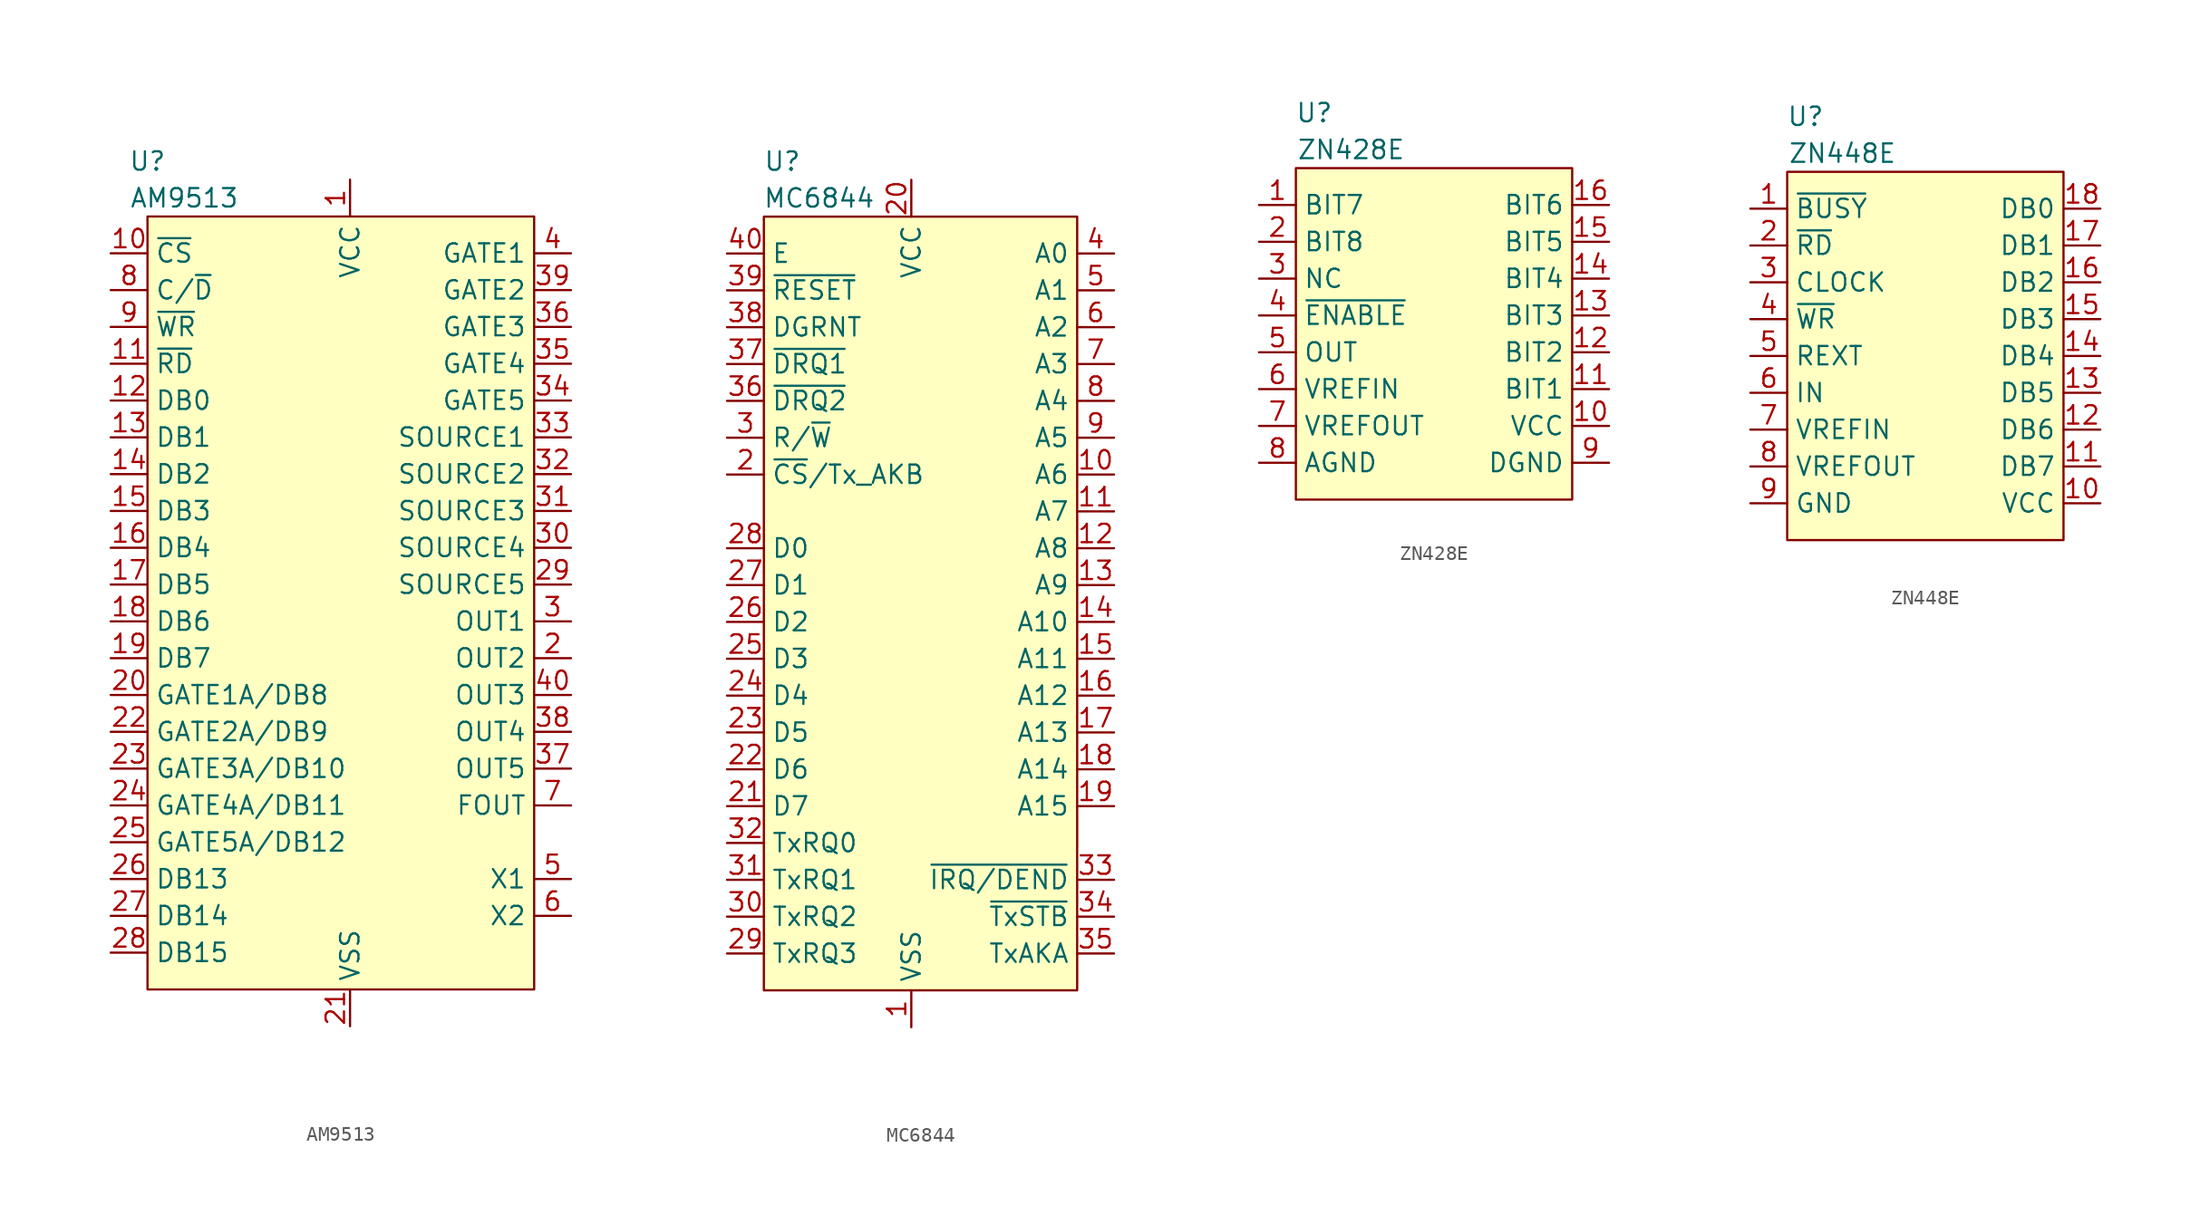
<source format=kicad_sym>
(kicad_symbol_lib
  (version 20220914)
  (generator kicad_symbol_editor)
  (symbol "AM9513"
    (property "Reference" "U"
      (at 0 3.81 0)
      (effects (font (size 1.27 1.27))))
    (property "Value" "AM9513"
      (at 2.54 1.27 0)
      (effects (font (size 1.27 1.27))))
    (symbol "AM9513_1_1"
      (rectangle (start 0 0) (end 26.67 -53.34) (stroke (width 0) (type default)) (fill (type background)))
      (pin power_in line (at 13.97 2.54 270) (length 2.54) (name "VCC" (effects (font (size 1.27 1.27)))) (number "1" (effects (font (size 1.27 1.27)))))
      (pin input line (at -2.54 -2.54 0) (length 2.54) (name "~{CS}" (effects (font (size 1.27 1.27)))) (number "10" (effects (font (size 1.27 1.27)))))
      (pin input line (at -2.54 -10.16 0) (length 2.54) (name "~{RD}" (effects (font (size 1.27 1.27)))) (number "11" (effects (font (size 1.27 1.27)))))
      (pin bidirectional line (at -2.54 -12.7 0) (length 2.54) (name "DB0" (effects (font (size 1.27 1.27)))) (number "12" (effects (font (size 1.27 1.27)))))
      (pin bidirectional line (at -2.54 -15.24 0) (length 2.54) (name "DB1" (effects (font (size 1.27 1.27)))) (number "13" (effects (font (size 1.27 1.27)))))
      (pin bidirectional line (at -2.54 -17.78 0) (length 2.54) (name "DB2" (effects (font (size 1.27 1.27)))) (number "14" (effects (font (size 1.27 1.27)))))
      (pin bidirectional line (at -2.54 -20.32 0) (length 2.54) (name "DB3" (effects (font (size 1.27 1.27)))) (number "15" (effects (font (size 1.27 1.27)))))
      (pin bidirectional line (at -2.54 -22.86 0) (length 2.54) (name "DB4" (effects (font (size 1.27 1.27)))) (number "16" (effects (font (size 1.27 1.27)))))
      (pin bidirectional line (at -2.54 -25.4 0) (length 2.54) (name "DB5" (effects (font (size 1.27 1.27)))) (number "17" (effects (font (size 1.27 1.27)))))
      (pin bidirectional line (at -2.54 -27.94 0) (length 2.54) (name "DB6" (effects (font (size 1.27 1.27)))) (number "18" (effects (font (size 1.27 1.27)))))
      (pin bidirectional line (at -2.54 -30.48 0) (length 2.54) (name "DB7" (effects (font (size 1.27 1.27)))) (number "19" (effects (font (size 1.27 1.27)))))
      (pin output line (at 29.21 -30.48 180) (length 2.54) (name "OUT2" (effects (font (size 1.27 1.27)))) (number "2" (effects (font (size 1.27 1.27)))))
      (pin bidirectional line (at -2.54 -33.02 0) (length 2.54) (name "GATE1A/DB8" (effects (font (size 1.27 1.27)))) (number "20" (effects (font (size 1.27 1.27)))))
      (pin power_in line (at 13.97 -55.88 90) (length 2.54) (name "VSS" (effects (font (size 1.27 1.27)))) (number "21" (effects (font (size 1.27 1.27)))))
      (pin bidirectional line (at -2.54 -35.56 0) (length 2.54) (name "GATE2A/DB9" (effects (font (size 1.27 1.27)))) (number "22" (effects (font (size 1.27 1.27)))))
      (pin bidirectional line (at -2.54 -38.1 0) (length 2.54) (name "GATE3A/DB10" (effects (font (size 1.27 1.27)))) (number "23" (effects (font (size 1.27 1.27)))))
      (pin bidirectional line (at -2.54 -40.64 0) (length 2.54) (name "GATE4A/DB11" (effects (font (size 1.27 1.27)))) (number "24" (effects (font (size 1.27 1.27)))))
      (pin bidirectional line (at -2.54 -43.18 0) (length 2.54) (name "GATE5A/DB12" (effects (font (size 1.27 1.27)))) (number "25" (effects (font (size 1.27 1.27)))))
      (pin bidirectional line (at -2.54 -45.72 0) (length 2.54) (name "DB13" (effects (font (size 1.27 1.27)))) (number "26" (effects (font (size 1.27 1.27)))))
      (pin bidirectional line (at -2.54 -48.26 0) (length 2.54) (name "DB14" (effects (font (size 1.27 1.27)))) (number "27" (effects (font (size 1.27 1.27)))))
      (pin bidirectional line (at -2.54 -50.8 0) (length 2.54) (name "DB15" (effects (font (size 1.27 1.27)))) (number "28" (effects (font (size 1.27 1.27)))))
      (pin input line (at 29.21 -25.4 180) (length 2.54) (name "SOURCE5" (effects (font (size 1.27 1.27)))) (number "29" (effects (font (size 1.27 1.27)))))
      (pin output line (at 29.21 -27.94 180) (length 2.54) (name "OUT1" (effects (font (size 1.27 1.27)))) (number "3" (effects (font (size 1.27 1.27)))))
      (pin input line (at 29.21 -22.86 180) (length 2.54) (name "SOURCE4" (effects (font (size 1.27 1.27)))) (number "30" (effects (font (size 1.27 1.27)))))
      (pin input line (at 29.21 -20.32 180) (length 2.54) (name "SOURCE3" (effects (font (size 1.27 1.27)))) (number "31" (effects (font (size 1.27 1.27)))))
      (pin input line (at 29.21 -17.78 180) (length 2.54) (name "SOURCE2" (effects (font (size 1.27 1.27)))) (number "32" (effects (font (size 1.27 1.27)))))
      (pin input line (at 29.21 -15.24 180) (length 2.54) (name "SOURCE1" (effects (font (size 1.27 1.27)))) (number "33" (effects (font (size 1.27 1.27)))))
      (pin input line (at 29.21 -12.7 180) (length 2.54) (name "GATE5" (effects (font (size 1.27 1.27)))) (number "34" (effects (font (size 1.27 1.27)))))
      (pin input line (at 29.21 -10.16 180) (length 2.54) (name "GATE4" (effects (font (size 1.27 1.27)))) (number "35" (effects (font (size 1.27 1.27)))))
      (pin input line (at 29.21 -7.62 180) (length 2.54) (name "GATE3" (effects (font (size 1.27 1.27)))) (number "36" (effects (font (size 1.27 1.27)))))
      (pin output line (at 29.21 -38.1 180) (length 2.54) (name "OUT5" (effects (font (size 1.27 1.27)))) (number "37" (effects (font (size 1.27 1.27)))))
      (pin output line (at 29.21 -35.56 180) (length 2.54) (name "OUT4" (effects (font (size 1.27 1.27)))) (number "38" (effects (font (size 1.27 1.27)))))
      (pin input line (at 29.21 -5.08 180) (length 2.54) (name "GATE2" (effects (font (size 1.27 1.27)))) (number "39" (effects (font (size 1.27 1.27)))))
      (pin input line (at 29.21 -2.54 180) (length 2.54) (name "GATE1" (effects (font (size 1.27 1.27)))) (number "4" (effects (font (size 1.27 1.27)))))
      (pin output line (at 29.21 -33.02 180) (length 2.54) (name "OUT3" (effects (font (size 1.27 1.27)))) (number "40" (effects (font (size 1.27 1.27)))))
      (pin passive line (at 29.21 -45.72 180) (length 2.54) (name "X1" (effects (font (size 1.27 1.27)))) (number "5" (effects (font (size 1.27 1.27)))))
      (pin passive line (at 29.21 -48.26 180) (length 2.54) (name "X2" (effects (font (size 1.27 1.27)))) (number "6" (effects (font (size 1.27 1.27)))))
      (pin output line (at 29.21 -40.64 180) (length 2.54) (name "FOUT" (effects (font (size 1.27 1.27)))) (number "7" (effects (font (size 1.27 1.27)))))
      (pin input line (at -2.54 -5.08 0) (length 2.54) (name "C/~{D}" (effects (font (size 1.27 1.27)))) (number "8" (effects (font (size 1.27 1.27)))))
      (pin input line (at -2.54 -7.62 0) (length 2.54) (name "~{WR}" (effects (font (size 1.27 1.27)))) (number "9" (effects (font (size 1.27 1.27)))))))
  (symbol "MC6844"
    (property "Reference" "U"
      (at 1.27 3.81 0)
      (effects (font (size 1.27 1.27))))
    (property "Value" "MC6844"
      (at 3.81 1.27 0)
      (effects (font (size 1.27 1.27))))
    (symbol "MC6844_1_1"
      (rectangle (start 0 0) (end 21.59 -53.34) (stroke (width 0) (type default)) (fill (type background)))
      (pin power_in line (at 10.16 -55.88 90) (length 2.54) (name "VSS" (effects (font (size 1.27 1.27)))) (number "1" (effects (font (size 1.27 1.27)))))
      (pin bidirectional line (at 24.13 -17.78 180) (length 2.54) (name "A6" (effects (font (size 1.27 1.27)))) (number "10" (effects (font (size 1.27 1.27)))))
      (pin bidirectional line (at 24.13 -20.32 180) (length 2.54) (name "A7" (effects (font (size 1.27 1.27)))) (number "11" (effects (font (size 1.27 1.27)))))
      (pin bidirectional line (at 24.13 -22.86 180) (length 2.54) (name "A8" (effects (font (size 1.27 1.27)))) (number "12" (effects (font (size 1.27 1.27)))))
      (pin bidirectional line (at 24.13 -25.4 180) (length 2.54) (name "A9" (effects (font (size 1.27 1.27)))) (number "13" (effects (font (size 1.27 1.27)))))
      (pin bidirectional line (at 24.13 -27.94 180) (length 2.54) (name "A10" (effects (font (size 1.27 1.27)))) (number "14" (effects (font (size 1.27 1.27)))))
      (pin bidirectional line (at 24.13 -30.48 180) (length 2.54) (name "A11" (effects (font (size 1.27 1.27)))) (number "15" (effects (font (size 1.27 1.27)))))
      (pin bidirectional line (at 24.13 -33.02 180) (length 2.54) (name "A12" (effects (font (size 1.27 1.27)))) (number "16" (effects (font (size 1.27 1.27)))))
      (pin bidirectional line (at 24.13 -35.56 180) (length 2.54) (name "A13" (effects (font (size 1.27 1.27)))) (number "17" (effects (font (size 1.27 1.27)))))
      (pin bidirectional line (at 24.13 -38.1 180) (length 2.54) (name "A14" (effects (font (size 1.27 1.27)))) (number "18" (effects (font (size 1.27 1.27)))))
      (pin bidirectional line (at 24.13 -40.64 180) (length 2.54) (name "A15" (effects (font (size 1.27 1.27)))) (number "19" (effects (font (size 1.27 1.27)))))
      (pin input line (at -2.54 -17.78 0) (length 2.54) (name "~{CS}/Tx_AKB" (effects (font (size 1.27 1.27)))) (number "2" (effects (font (size 1.27 1.27)))))
      (pin power_in line (at 10.16 2.54 270) (length 2.54) (name "VCC" (effects (font (size 1.27 1.27)))) (number "20" (effects (font (size 1.27 1.27)))))
      (pin bidirectional line (at -2.54 -40.64 0) (length 2.54) (name "D7" (effects (font (size 1.27 1.27)))) (number "21" (effects (font (size 1.27 1.27)))))
      (pin bidirectional line (at -2.54 -38.1 0) (length 2.54) (name "D6" (effects (font (size 1.27 1.27)))) (number "22" (effects (font (size 1.27 1.27)))))
      (pin bidirectional line (at -2.54 -35.56 0) (length 2.54) (name "D5" (effects (font (size 1.27 1.27)))) (number "23" (effects (font (size 1.27 1.27)))))
      (pin bidirectional line (at -2.54 -33.02 0) (length 2.54) (name "D4" (effects (font (size 1.27 1.27)))) (number "24" (effects (font (size 1.27 1.27)))))
      (pin bidirectional line (at -2.54 -30.48 0) (length 2.54) (name "D3" (effects (font (size 1.27 1.27)))) (number "25" (effects (font (size 1.27 1.27)))))
      (pin bidirectional line (at -2.54 -27.94 0) (length 2.54) (name "D2" (effects (font (size 1.27 1.27)))) (number "26" (effects (font (size 1.27 1.27)))))
      (pin bidirectional line (at -2.54 -25.4 0) (length 2.54) (name "D1" (effects (font (size 1.27 1.27)))) (number "27" (effects (font (size 1.27 1.27)))))
      (pin bidirectional line (at -2.54 -22.86 0) (length 2.54) (name "D0" (effects (font (size 1.27 1.27)))) (number "28" (effects (font (size 1.27 1.27)))))
      (pin input line (at -2.54 -50.8 0) (length 2.54) (name "TxRQ3" (effects (font (size 1.27 1.27)))) (number "29" (effects (font (size 1.27 1.27)))))
      (pin input line (at -2.54 -15.24 0) (length 2.54) (name "R/~{W}" (effects (font (size 1.27 1.27)))) (number "3" (effects (font (size 1.27 1.27)))))
      (pin input line (at -2.54 -48.26 0) (length 2.54) (name "TxRQ2" (effects (font (size 1.27 1.27)))) (number "30" (effects (font (size 1.27 1.27)))))
      (pin input line (at -2.54 -45.72 0) (length 2.54) (name "TxRQ1" (effects (font (size 1.27 1.27)))) (number "31" (effects (font (size 1.27 1.27)))))
      (pin input line (at -2.54 -43.18 0) (length 2.54) (name "TxRQ0" (effects (font (size 1.27 1.27)))) (number "32" (effects (font (size 1.27 1.27)))))
      (pin passive line (at 24.13 -45.72 180) (length 2.54) (name "~{IRQ/DEND}" (effects (font (size 1.27 1.27)))) (number "33" (effects (font (size 1.27 1.27)))))
      (pin passive line (at 24.13 -48.26 180) (length 2.54) (name "~{TxSTB}" (effects (font (size 1.27 1.27)))) (number "34" (effects (font (size 1.27 1.27)))))
      (pin passive line (at 24.13 -50.8 180) (length 2.54) (name "TxAKA" (effects (font (size 1.27 1.27)))) (number "35" (effects (font (size 1.27 1.27)))))
      (pin passive line (at -2.54 -12.7 0) (length 2.54) (name "~{DRQ2}" (effects (font (size 1.27 1.27)))) (number "36" (effects (font (size 1.27 1.27)))))
      (pin passive line (at -2.54 -10.16 0) (length 2.54) (name "~{DRQ1}" (effects (font (size 1.27 1.27)))) (number "37" (effects (font (size 1.27 1.27)))))
      (pin passive line (at -2.54 -7.62 0) (length 2.54) (name "DGRNT" (effects (font (size 1.27 1.27)))) (number "38" (effects (font (size 1.27 1.27)))))
      (pin input line (at -2.54 -5.08 0) (length 2.54) (name "~{RESET}" (effects (font (size 1.27 1.27)))) (number "39" (effects (font (size 1.27 1.27)))))
      (pin bidirectional line (at 24.13 -2.54 180) (length 2.54) (name "A0" (effects (font (size 1.27 1.27)))) (number "4" (effects (font (size 1.27 1.27)))))
      (pin input line (at -2.54 -2.54 0) (length 2.54) (name "E" (effects (font (size 1.27 1.27)))) (number "40" (effects (font (size 1.27 1.27)))))
      (pin bidirectional line (at 24.13 -5.08 180) (length 2.54) (name "A1" (effects (font (size 1.27 1.27)))) (number "5" (effects (font (size 1.27 1.27)))))
      (pin bidirectional line (at 24.13 -7.62 180) (length 2.54) (name "A2" (effects (font (size 1.27 1.27)))) (number "6" (effects (font (size 1.27 1.27)))))
      (pin bidirectional line (at 24.13 -10.16 180) (length 2.54) (name "A3" (effects (font (size 1.27 1.27)))) (number "7" (effects (font (size 1.27 1.27)))))
      (pin bidirectional line (at 24.13 -12.7 180) (length 2.54) (name "A4" (effects (font (size 1.27 1.27)))) (number "8" (effects (font (size 1.27 1.27)))))
      (pin bidirectional line (at 24.13 -15.24 180) (length 2.54) (name "A5" (effects (font (size 1.27 1.27)))) (number "9" (effects (font (size 1.27 1.27)))))))
  (symbol "ZN428E"
    (property "Reference" "U"
      (at 1.27 3.81 0)
      (effects (font (size 1.27 1.27))))
    (property "Value" "ZN428E"
      (at 3.81 1.27 0)
      (effects (font (size 1.27 1.27))))
    (symbol "ZN428E_1_1"
      (rectangle (start 0 0) (end 19.05 -22.86) (stroke (width 0) (type default)) (fill (type background)))
      (pin input line (at -2.54 -2.54 0) (length 2.54) (name "BIT7" (effects (font (size 1.27 1.27)))) (number "1" (effects (font (size 1.27 1.27)))))
      (pin passive line (at 21.59 -17.78 180) (length 2.54) (name "VCC" (effects (font (size 1.27 1.27)))) (number "10" (effects (font (size 1.27 1.27)))))
      (pin input line (at 21.59 -15.24 180) (length 2.54) (name "BIT1" (effects (font (size 1.27 1.27)))) (number "11" (effects (font (size 1.27 1.27)))))
      (pin input line (at 21.59 -12.7 180) (length 2.54) (name "BIT2" (effects (font (size 1.27 1.27)))) (number "12" (effects (font (size 1.27 1.27)))))
      (pin input line (at 21.59 -10.16 180) (length 2.54) (name "BIT3" (effects (font (size 1.27 1.27)))) (number "13" (effects (font (size 1.27 1.27)))))
      (pin input line (at 21.59 -7.62 180) (length 2.54) (name "BIT4" (effects (font (size 1.27 1.27)))) (number "14" (effects (font (size 1.27 1.27)))))
      (pin input line (at 21.59 -5.08 180) (length 2.54) (name "BIT5" (effects (font (size 1.27 1.27)))) (number "15" (effects (font (size 1.27 1.27)))))
      (pin input line (at 21.59 -2.54 180) (length 2.54) (name "BIT6" (effects (font (size 1.27 1.27)))) (number "16" (effects (font (size 1.27 1.27)))))
      (pin input line (at -2.54 -5.08 0) (length 2.54) (name "BIT8" (effects (font (size 1.27 1.27)))) (number "2" (effects (font (size 1.27 1.27)))))
      (pin passive line (at -2.54 -7.62 0) (length 2.54) (name "NC" (effects (font (size 1.27 1.27)))) (number "3" (effects (font (size 1.27 1.27)))))
      (pin input line (at -2.54 -10.16 0) (length 2.54) (name "~{ENABLE}" (effects (font (size 1.27 1.27)))) (number "4" (effects (font (size 1.27 1.27)))))
      (pin passive line (at -2.54 -12.7 0) (length 2.54) (name "OUT" (effects (font (size 1.27 1.27)))) (number "5" (effects (font (size 1.27 1.27)))))
      (pin passive line (at -2.54 -15.24 0) (length 2.54) (name "VREFIN" (effects (font (size 1.27 1.27)))) (number "6" (effects (font (size 1.27 1.27)))))
      (pin passive line (at -2.54 -17.78 0) (length 2.54) (name "VREFOUT" (effects (font (size 1.27 1.27)))) (number "7" (effects (font (size 1.27 1.27)))))
      (pin power_in line (at -2.54 -20.32 0) (length 2.54) (name "AGND" (effects (font (size 1.27 1.27)))) (number "8" (effects (font (size 1.27 1.27)))))
      (pin passive line (at 21.59 -20.32 180) (length 2.54) (name "DGND" (effects (font (size 1.27 1.27)))) (number "9" (effects (font (size 1.27 1.27)))))))
  (symbol "ZN448E"
    (property "Reference" "U"
      (at 1.27 3.81 0)
      (effects (font (size 1.27 1.27))))
    (property "Value" "ZN448E"
      (at 3.81 1.27 0)
      (effects (font (size 1.27 1.27))))
    (symbol "ZN448E_1_1"
      (rectangle (start 0 0) (end 19.05 -25.4) (stroke (width 0) (type default)) (fill (type background)))
      (pin output line (at -2.54 -2.54 0) (length 2.54) (name "~{BUSY}" (effects (font (size 1.27 1.27)))) (number "1" (effects (font (size 1.27 1.27)))))
      (pin passive line (at 21.59 -22.86 180) (length 2.54) (name "VCC" (effects (font (size 1.27 1.27)))) (number "10" (effects (font (size 1.27 1.27)))))
      (pin output line (at 21.59 -20.32 180) (length 2.54) (name "DB7" (effects (font (size 1.27 1.27)))) (number "11" (effects (font (size 1.27 1.27)))))
      (pin output line (at 21.59 -17.78 180) (length 2.54) (name "DB6" (effects (font (size 1.27 1.27)))) (number "12" (effects (font (size 1.27 1.27)))))
      (pin output line (at 21.59 -15.24 180) (length 2.54) (name "DB5" (effects (font (size 1.27 1.27)))) (number "13" (effects (font (size 1.27 1.27)))))
      (pin output line (at 21.59 -12.7 180) (length 2.54) (name "DB4" (effects (font (size 1.27 1.27)))) (number "14" (effects (font (size 1.27 1.27)))))
      (pin output line (at 21.59 -10.16 180) (length 2.54) (name "DB3" (effects (font (size 1.27 1.27)))) (number "15" (effects (font (size 1.27 1.27)))))
      (pin output line (at 21.59 -7.62 180) (length 2.54) (name "DB2" (effects (font (size 1.27 1.27)))) (number "16" (effects (font (size 1.27 1.27)))))
      (pin output line (at 21.59 -5.08 180) (length 2.54) (name "DB1" (effects (font (size 1.27 1.27)))) (number "17" (effects (font (size 1.27 1.27)))))
      (pin output line (at 21.59 -2.54 180) (length 2.54) (name "DB0" (effects (font (size 1.27 1.27)))) (number "18" (effects (font (size 1.27 1.27)))))
      (pin input line (at -2.54 -5.08 0) (length 2.54) (name "~{RD}" (effects (font (size 1.27 1.27)))) (number "2" (effects (font (size 1.27 1.27)))))
      (pin input line (at -2.54 -7.62 0) (length 2.54) (name "CLOCK" (effects (font (size 1.27 1.27)))) (number "3" (effects (font (size 1.27 1.27)))))
      (pin input line (at -2.54 -10.16 0) (length 2.54) (name "~{WR}" (effects (font (size 1.27 1.27)))) (number "4" (effects (font (size 1.27 1.27)))))
      (pin passive line (at -2.54 -12.7 0) (length 2.54) (name "REXT" (effects (font (size 1.27 1.27)))) (number "5" (effects (font (size 1.27 1.27)))))
      (pin passive line (at -2.54 -15.24 0) (length 2.54) (name "IN" (effects (font (size 1.27 1.27)))) (number "6" (effects (font (size 1.27 1.27)))))
      (pin passive line (at -2.54 -17.78 0) (length 2.54) (name "VREFIN" (effects (font (size 1.27 1.27)))) (number "7" (effects (font (size 1.27 1.27)))))
      (pin passive line (at -2.54 -20.32 0) (length 2.54) (name "VREFOUT" (effects (font (size 1.27 1.27)))) (number "8" (effects (font (size 1.27 1.27)))))
      (pin power_in line (at -2.54 -22.86 0) (length 2.54) (name "GND" (effects (font (size 1.27 1.27)))) (number "9" (effects (font (size 1.27 1.27))))))))
</source>
